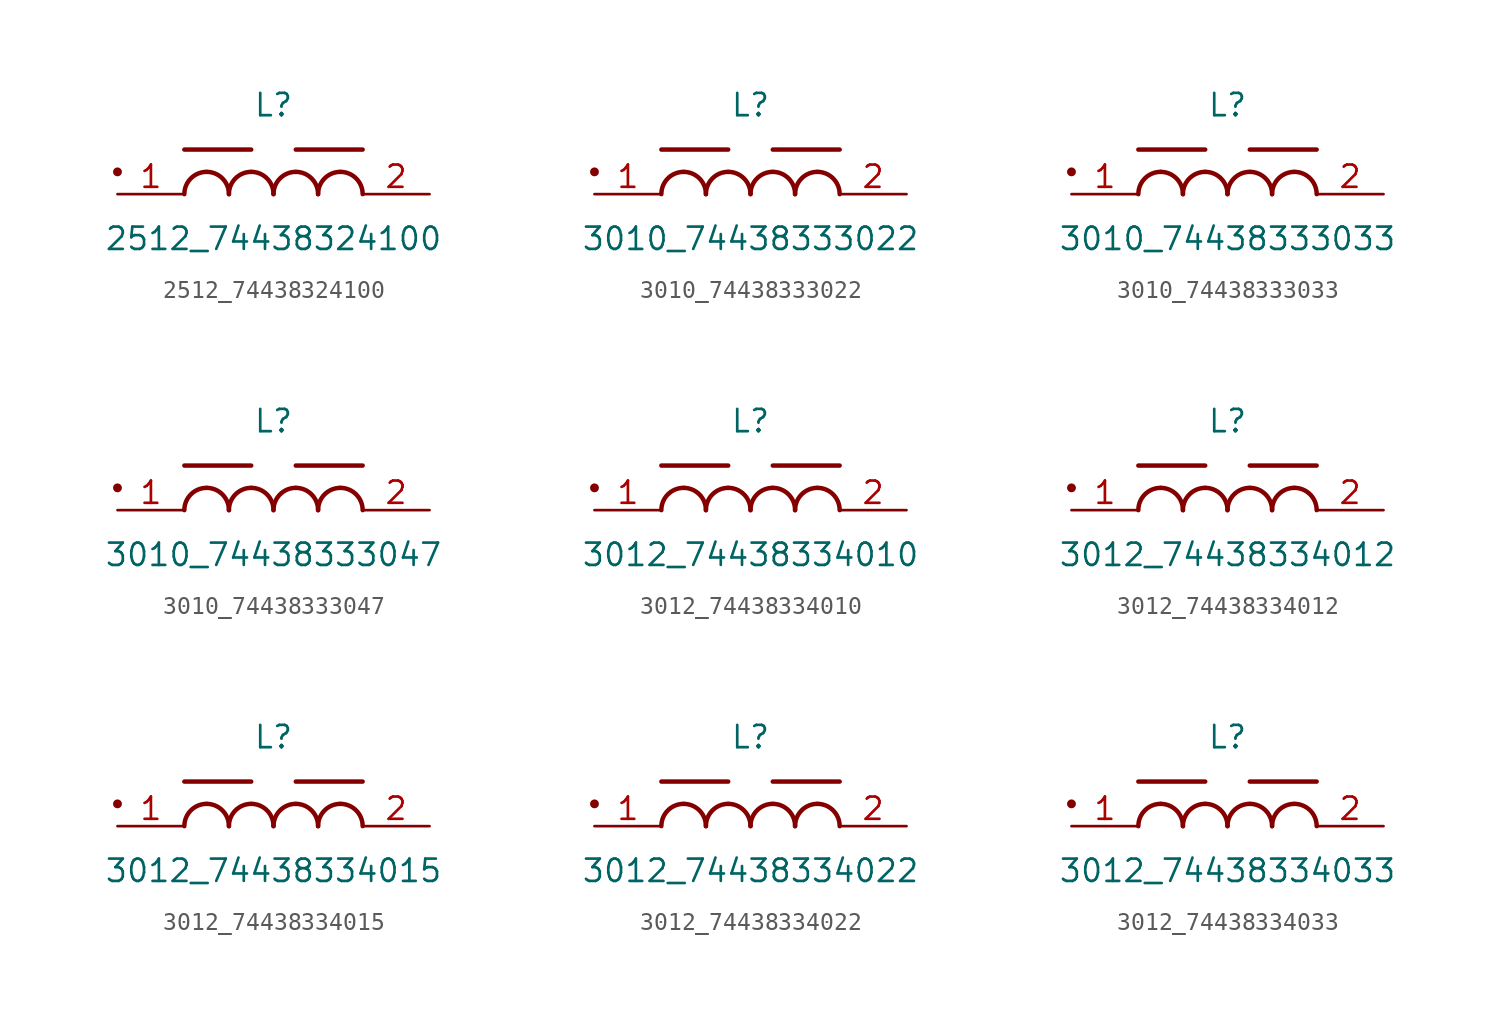
<source format=kicad_sym>
(kicad_symbol_lib
  (version 20211014)
  (generator kicad_symbol_editor)
  (symbol "Inductor_Wurth_WE-MAPI:2512_74438324100"
    (pin_names hide)
    (property "Reference" "L"
      (at 0 5.08 0)
      (effects (font (size 1.27 1.27))))
    (property "Value" "2512_74438324100"
      (at 0 -2.54 0)
      (effects (font (size 1.27 1.27))))
    (symbol "2512_74438324100_0_1"
      (circle (center -8.89 1.27) (radius 0.0001) (stroke (width 0.254)) (stroke (width 0.254) (type default) (color 0 0 0 0)) (fill (type none)))
      (arc (start -3.81 1.27) (mid -4.708 0.898) (end -5.08 0) (stroke (width 0.254) (type default) (color 0 0 0 0)) (fill (type none)))
      (arc (start -2.54 0) (mid -2.912 0.898) (end -3.81 1.27) (stroke (width 0.254) (type default) (color 0 0 0 0)) (fill (type none)))
      (arc (start -1.2699 1.2701) (mid -2.1679 0.8981) (end -2.5399 0.0001) (stroke (width 0.254) (type default) (color 0 0 0 0)) (fill (type none)))
      (polyline (pts (xy -5.08 2.54) (xy -1.27 2.54)) (stroke (width 0.254) (type default) (color 0 0 0 0)) (fill (type none)))
      (polyline (pts (xy 5.08 2.54) (xy 1.27 2.54)) (stroke (width 0.254) (type default) (color 0 0 0 0)) (fill (type none)))
      (arc (start 0.0001 0.0001) (mid -0.3719 0.8981) (end -1.2699 1.2701) (stroke (width 0.254) (type default) (color 0 0 0 0)) (fill (type none)))
      (arc (start 1.2701 1.2701) (mid 0.3721 0.8981) (end 0.0001 0.0001) (stroke (width 0.254) (type default) (color 0 0 0 0)) (fill (type none)))
      (arc (start 2.5401 0.0001) (mid 2.1681 0.8981) (end 1.2701 1.2701) (stroke (width 0.254) (type default) (color 0 0 0 0)) (fill (type none)))
      (arc (start 3.8101 1.2701) (mid 2.9121 0.8981) (end 2.5401 0.0001) (stroke (width 0.254) (type default) (color 0 0 0 0)) (fill (type none)))
      (arc (start 5.0801 0.0001) (mid 4.7081 0.8981) (end 3.8101 1.2701) (stroke (width 0.254) (type default) (color 0 0 0 0)) (fill (type none))))
    (symbol "2512_74438324100_1_1"
      (pin passive line (at -8.89 0 0) (length 3.81) (name "1" (effects (font (size 1.27 1.27)))) (number "1" (effects (font (size 1.27 1.27)))))
      (pin passive line (at 8.89 0 180) (length 3.81) (name "2" (effects (font (size 1.27 1.27)))) (number "2" (effects (font (size 1.27 1.27)))))))
  (symbol "Inductor_Wurth_WE-MAPI:3010_74438333022"
    (pin_names hide)
    (property "Reference" "L"
      (at 0 5.08 0)
      (effects (font (size 1.27 1.27))))
    (property "Value" "3010_74438333022"
      (at 0 -2.54 0)
      (effects (font (size 1.27 1.27))))
    (symbol "3010_74438333022_0_1"
      (circle (center -8.89 1.27) (radius 0.0001) (stroke (width 0.254)) (stroke (width 0.254) (type default) (color 0 0 0 0)) (fill (type none)))
      (arc (start -3.81 1.27) (mid -4.708 0.898) (end -5.08 0) (stroke (width 0.254) (type default) (color 0 0 0 0)) (fill (type none)))
      (arc (start -2.54 0) (mid -2.912 0.898) (end -3.81 1.27) (stroke (width 0.254) (type default) (color 0 0 0 0)) (fill (type none)))
      (arc (start -1.2699 1.2701) (mid -2.1679 0.8981) (end -2.5399 0.0001) (stroke (width 0.254) (type default) (color 0 0 0 0)) (fill (type none)))
      (polyline (pts (xy -5.08 2.54) (xy -1.27 2.54)) (stroke (width 0.254) (type default) (color 0 0 0 0)) (fill (type none)))
      (polyline (pts (xy 5.08 2.54) (xy 1.27 2.54)) (stroke (width 0.254) (type default) (color 0 0 0 0)) (fill (type none)))
      (arc (start 0.0001 0.0001) (mid -0.3719 0.8981) (end -1.2699 1.2701) (stroke (width 0.254) (type default) (color 0 0 0 0)) (fill (type none)))
      (arc (start 1.2701 1.2701) (mid 0.3721 0.8981) (end 0.0001 0.0001) (stroke (width 0.254) (type default) (color 0 0 0 0)) (fill (type none)))
      (arc (start 2.5401 0.0001) (mid 2.1681 0.8981) (end 1.2701 1.2701) (stroke (width 0.254) (type default) (color 0 0 0 0)) (fill (type none)))
      (arc (start 3.8101 1.2701) (mid 2.9121 0.8981) (end 2.5401 0.0001) (stroke (width 0.254) (type default) (color 0 0 0 0)) (fill (type none)))
      (arc (start 5.0801 0.0001) (mid 4.7081 0.8981) (end 3.8101 1.2701) (stroke (width 0.254) (type default) (color 0 0 0 0)) (fill (type none))))
    (symbol "3010_74438333022_1_1"
      (pin passive line (at -8.89 0 0) (length 3.81) (name "1" (effects (font (size 1.27 1.27)))) (number "1" (effects (font (size 1.27 1.27)))))
      (pin passive line (at 8.89 0 180) (length 3.81) (name "2" (effects (font (size 1.27 1.27)))) (number "2" (effects (font (size 1.27 1.27)))))))
  (symbol "Inductor_Wurth_WE-MAPI:3010_74438333033"
    (pin_names hide)
    (property "Reference" "L"
      (at 0 5.08 0)
      (effects (font (size 1.27 1.27))))
    (property "Value" "3010_74438333033"
      (at 0 -2.54 0)
      (effects (font (size 1.27 1.27))))
    (symbol "3010_74438333033_0_1"
      (circle (center -8.89 1.27) (radius 0.0001) (stroke (width 0.254)) (stroke (width 0.254) (type default) (color 0 0 0 0)) (fill (type none)))
      (arc (start -3.81 1.27) (mid -4.708 0.898) (end -5.08 0) (stroke (width 0.254) (type default) (color 0 0 0 0)) (fill (type none)))
      (arc (start -2.54 0) (mid -2.912 0.898) (end -3.81 1.27) (stroke (width 0.254) (type default) (color 0 0 0 0)) (fill (type none)))
      (arc (start -1.2699 1.2701) (mid -2.1679 0.8981) (end -2.5399 0.0001) (stroke (width 0.254) (type default) (color 0 0 0 0)) (fill (type none)))
      (polyline (pts (xy -5.08 2.54) (xy -1.27 2.54)) (stroke (width 0.254) (type default) (color 0 0 0 0)) (fill (type none)))
      (polyline (pts (xy 5.08 2.54) (xy 1.27 2.54)) (stroke (width 0.254) (type default) (color 0 0 0 0)) (fill (type none)))
      (arc (start 0.0001 0.0001) (mid -0.3719 0.8981) (end -1.2699 1.2701) (stroke (width 0.254) (type default) (color 0 0 0 0)) (fill (type none)))
      (arc (start 1.2701 1.2701) (mid 0.3721 0.8981) (end 0.0001 0.0001) (stroke (width 0.254) (type default) (color 0 0 0 0)) (fill (type none)))
      (arc (start 2.5401 0.0001) (mid 2.1681 0.8981) (end 1.2701 1.2701) (stroke (width 0.254) (type default) (color 0 0 0 0)) (fill (type none)))
      (arc (start 3.8101 1.2701) (mid 2.9121 0.8981) (end 2.5401 0.0001) (stroke (width 0.254) (type default) (color 0 0 0 0)) (fill (type none)))
      (arc (start 5.0801 0.0001) (mid 4.7081 0.8981) (end 3.8101 1.2701) (stroke (width 0.254) (type default) (color 0 0 0 0)) (fill (type none))))
    (symbol "3010_74438333033_1_1"
      (pin passive line (at -8.89 0 0) (length 3.81) (name "1" (effects (font (size 1.27 1.27)))) (number "1" (effects (font (size 1.27 1.27)))))
      (pin passive line (at 8.89 0 180) (length 3.81) (name "2" (effects (font (size 1.27 1.27)))) (number "2" (effects (font (size 1.27 1.27)))))))
  (symbol "Inductor_Wurth_WE-MAPI:3010_74438333047"
    (pin_names hide)
    (property "Reference" "L"
      (at 0 5.08 0)
      (effects (font (size 1.27 1.27))))
    (property "Value" "3010_74438333047"
      (at 0 -2.54 0)
      (effects (font (size 1.27 1.27))))
    (symbol "3010_74438333047_0_1"
      (circle (center -8.89 1.27) (radius 0.0001) (stroke (width 0.254)) (stroke (width 0.254) (type default) (color 0 0 0 0)) (fill (type none)))
      (arc (start -3.81 1.27) (mid -4.708 0.898) (end -5.08 0) (stroke (width 0.254) (type default) (color 0 0 0 0)) (fill (type none)))
      (arc (start -2.54 0) (mid -2.912 0.898) (end -3.81 1.27) (stroke (width 0.254) (type default) (color 0 0 0 0)) (fill (type none)))
      (arc (start -1.2699 1.2701) (mid -2.1679 0.8981) (end -2.5399 0.0001) (stroke (width 0.254) (type default) (color 0 0 0 0)) (fill (type none)))
      (polyline (pts (xy -5.08 2.54) (xy -1.27 2.54)) (stroke (width 0.254) (type default) (color 0 0 0 0)) (fill (type none)))
      (polyline (pts (xy 5.08 2.54) (xy 1.27 2.54)) (stroke (width 0.254) (type default) (color 0 0 0 0)) (fill (type none)))
      (arc (start 0.0001 0.0001) (mid -0.3719 0.8981) (end -1.2699 1.2701) (stroke (width 0.254) (type default) (color 0 0 0 0)) (fill (type none)))
      (arc (start 1.2701 1.2701) (mid 0.3721 0.8981) (end 0.0001 0.0001) (stroke (width 0.254) (type default) (color 0 0 0 0)) (fill (type none)))
      (arc (start 2.5401 0.0001) (mid 2.1681 0.8981) (end 1.2701 1.2701) (stroke (width 0.254) (type default) (color 0 0 0 0)) (fill (type none)))
      (arc (start 3.8101 1.2701) (mid 2.9121 0.8981) (end 2.5401 0.0001) (stroke (width 0.254) (type default) (color 0 0 0 0)) (fill (type none)))
      (arc (start 5.0801 0.0001) (mid 4.7081 0.8981) (end 3.8101 1.2701) (stroke (width 0.254) (type default) (color 0 0 0 0)) (fill (type none))))
    (symbol "3010_74438333047_1_1"
      (pin passive line (at -8.89 0 0) (length 3.81) (name "1" (effects (font (size 1.27 1.27)))) (number "1" (effects (font (size 1.27 1.27)))))
      (pin passive line (at 8.89 0 180) (length 3.81) (name "2" (effects (font (size 1.27 1.27)))) (number "2" (effects (font (size 1.27 1.27)))))))
  (symbol "Inductor_Wurth_WE-MAPI:3012_74438334010"
    (pin_names hide)
    (property "Reference" "L"
      (at 0 5.08 0)
      (effects (font (size 1.27 1.27))))
    (property "Value" "3012_74438334010"
      (at 0 -2.54 0)
      (effects (font (size 1.27 1.27))))
    (symbol "3012_74438334010_0_1"
      (circle (center -8.89 1.27) (radius 0.0001) (stroke (width 0.254)) (stroke (width 0.254) (type default) (color 0 0 0 0)) (fill (type none)))
      (arc (start -3.81 1.27) (mid -4.708 0.898) (end -5.08 0) (stroke (width 0.254) (type default) (color 0 0 0 0)) (fill (type none)))
      (arc (start -2.54 0) (mid -2.912 0.898) (end -3.81 1.27) (stroke (width 0.254) (type default) (color 0 0 0 0)) (fill (type none)))
      (arc (start -1.2699 1.2701) (mid -2.1679 0.8981) (end -2.5399 0.0001) (stroke (width 0.254) (type default) (color 0 0 0 0)) (fill (type none)))
      (polyline (pts (xy -5.08 2.54) (xy -1.27 2.54)) (stroke (width 0.254) (type default) (color 0 0 0 0)) (fill (type none)))
      (polyline (pts (xy 5.08 2.54) (xy 1.27 2.54)) (stroke (width 0.254) (type default) (color 0 0 0 0)) (fill (type none)))
      (arc (start 0.0001 0.0001) (mid -0.3719 0.8981) (end -1.2699 1.2701) (stroke (width 0.254) (type default) (color 0 0 0 0)) (fill (type none)))
      (arc (start 1.2701 1.2701) (mid 0.3721 0.8981) (end 0.0001 0.0001) (stroke (width 0.254) (type default) (color 0 0 0 0)) (fill (type none)))
      (arc (start 2.5401 0.0001) (mid 2.1681 0.8981) (end 1.2701 1.2701) (stroke (width 0.254) (type default) (color 0 0 0 0)) (fill (type none)))
      (arc (start 3.8101 1.2701) (mid 2.9121 0.8981) (end 2.5401 0.0001) (stroke (width 0.254) (type default) (color 0 0 0 0)) (fill (type none)))
      (arc (start 5.0801 0.0001) (mid 4.7081 0.8981) (end 3.8101 1.2701) (stroke (width 0.254) (type default) (color 0 0 0 0)) (fill (type none))))
    (symbol "3012_74438334010_1_1"
      (pin passive line (at -8.89 0 0) (length 3.81) (name "1" (effects (font (size 1.27 1.27)))) (number "1" (effects (font (size 1.27 1.27)))))
      (pin passive line (at 8.89 0 180) (length 3.81) (name "2" (effects (font (size 1.27 1.27)))) (number "2" (effects (font (size 1.27 1.27)))))))
  (symbol "Inductor_Wurth_WE-MAPI:3012_74438334012"
    (pin_names hide)
    (property "Reference" "L"
      (at 0 5.08 0)
      (effects (font (size 1.27 1.27))))
    (property "Value" "3012_74438334012"
      (at 0 -2.54 0)
      (effects (font (size 1.27 1.27))))
    (symbol "3012_74438334012_0_1"
      (circle (center -8.89 1.27) (radius 0.0001) (stroke (width 0.254)) (stroke (width 0.254) (type default) (color 0 0 0 0)) (fill (type none)))
      (arc (start -3.81 1.27) (mid -4.708 0.898) (end -5.08 0) (stroke (width 0.254) (type default) (color 0 0 0 0)) (fill (type none)))
      (arc (start -2.54 0) (mid -2.912 0.898) (end -3.81 1.27) (stroke (width 0.254) (type default) (color 0 0 0 0)) (fill (type none)))
      (arc (start -1.2699 1.2701) (mid -2.1679 0.8981) (end -2.5399 0.0001) (stroke (width 0.254) (type default) (color 0 0 0 0)) (fill (type none)))
      (polyline (pts (xy -5.08 2.54) (xy -1.27 2.54)) (stroke (width 0.254) (type default) (color 0 0 0 0)) (fill (type none)))
      (polyline (pts (xy 5.08 2.54) (xy 1.27 2.54)) (stroke (width 0.254) (type default) (color 0 0 0 0)) (fill (type none)))
      (arc (start 0.0001 0.0001) (mid -0.3719 0.8981) (end -1.2699 1.2701) (stroke (width 0.254) (type default) (color 0 0 0 0)) (fill (type none)))
      (arc (start 1.2701 1.2701) (mid 0.3721 0.8981) (end 0.0001 0.0001) (stroke (width 0.254) (type default) (color 0 0 0 0)) (fill (type none)))
      (arc (start 2.5401 0.0001) (mid 2.1681 0.8981) (end 1.2701 1.2701) (stroke (width 0.254) (type default) (color 0 0 0 0)) (fill (type none)))
      (arc (start 3.8101 1.2701) (mid 2.9121 0.8981) (end 2.5401 0.0001) (stroke (width 0.254) (type default) (color 0 0 0 0)) (fill (type none)))
      (arc (start 5.0801 0.0001) (mid 4.7081 0.8981) (end 3.8101 1.2701) (stroke (width 0.254) (type default) (color 0 0 0 0)) (fill (type none))))
    (symbol "3012_74438334012_1_1"
      (pin passive line (at -8.89 0 0) (length 3.81) (name "1" (effects (font (size 1.27 1.27)))) (number "1" (effects (font (size 1.27 1.27)))))
      (pin passive line (at 8.89 0 180) (length 3.81) (name "2" (effects (font (size 1.27 1.27)))) (number "2" (effects (font (size 1.27 1.27)))))))
  (symbol "Inductor_Wurth_WE-MAPI:3012_74438334015"
    (pin_names hide)
    (property "Reference" "L"
      (at 0 5.08 0)
      (effects (font (size 1.27 1.27))))
    (property "Value" "3012_74438334015"
      (at 0 -2.54 0)
      (effects (font (size 1.27 1.27))))
    (symbol "3012_74438334015_0_1"
      (circle (center -8.89 1.27) (radius 0.0001) (stroke (width 0.254)) (stroke (width 0.254) (type default) (color 0 0 0 0)) (fill (type none)))
      (arc (start -3.81 1.27) (mid -4.708 0.898) (end -5.08 0) (stroke (width 0.254) (type default) (color 0 0 0 0)) (fill (type none)))
      (arc (start -2.54 0) (mid -2.912 0.898) (end -3.81 1.27) (stroke (width 0.254) (type default) (color 0 0 0 0)) (fill (type none)))
      (arc (start -1.2699 1.2701) (mid -2.1679 0.8981) (end -2.5399 0.0001) (stroke (width 0.254) (type default) (color 0 0 0 0)) (fill (type none)))
      (polyline (pts (xy -5.08 2.54) (xy -1.27 2.54)) (stroke (width 0.254) (type default) (color 0 0 0 0)) (fill (type none)))
      (polyline (pts (xy 5.08 2.54) (xy 1.27 2.54)) (stroke (width 0.254) (type default) (color 0 0 0 0)) (fill (type none)))
      (arc (start 0.0001 0.0001) (mid -0.3719 0.8981) (end -1.2699 1.2701) (stroke (width 0.254) (type default) (color 0 0 0 0)) (fill (type none)))
      (arc (start 1.2701 1.2701) (mid 0.3721 0.8981) (end 0.0001 0.0001) (stroke (width 0.254) (type default) (color 0 0 0 0)) (fill (type none)))
      (arc (start 2.5401 0.0001) (mid 2.1681 0.8981) (end 1.2701 1.2701) (stroke (width 0.254) (type default) (color 0 0 0 0)) (fill (type none)))
      (arc (start 3.8101 1.2701) (mid 2.9121 0.8981) (end 2.5401 0.0001) (stroke (width 0.254) (type default) (color 0 0 0 0)) (fill (type none)))
      (arc (start 5.0801 0.0001) (mid 4.7081 0.8981) (end 3.8101 1.2701) (stroke (width 0.254) (type default) (color 0 0 0 0)) (fill (type none))))
    (symbol "3012_74438334015_1_1"
      (pin passive line (at -8.89 0 0) (length 3.81) (name "1" (effects (font (size 1.27 1.27)))) (number "1" (effects (font (size 1.27 1.27)))))
      (pin passive line (at 8.89 0 180) (length 3.81) (name "2" (effects (font (size 1.27 1.27)))) (number "2" (effects (font (size 1.27 1.27)))))))
  (symbol "Inductor_Wurth_WE-MAPI:3012_74438334022"
    (pin_names hide)
    (property "Reference" "L"
      (at 0 5.08 0)
      (effects (font (size 1.27 1.27))))
    (property "Value" "3012_74438334022"
      (at 0 -2.54 0)
      (effects (font (size 1.27 1.27))))
    (symbol "3012_74438334022_0_1"
      (circle (center -8.89 1.27) (radius 0.0001) (stroke (width 0.254)) (stroke (width 0.254) (type default) (color 0 0 0 0)) (fill (type none)))
      (arc (start -3.81 1.27) (mid -4.708 0.898) (end -5.08 0) (stroke (width 0.254) (type default) (color 0 0 0 0)) (fill (type none)))
      (arc (start -2.54 0) (mid -2.912 0.898) (end -3.81 1.27) (stroke (width 0.254) (type default) (color 0 0 0 0)) (fill (type none)))
      (arc (start -1.2699 1.2701) (mid -2.1679 0.8981) (end -2.5399 0.0001) (stroke (width 0.254) (type default) (color 0 0 0 0)) (fill (type none)))
      (polyline (pts (xy -5.08 2.54) (xy -1.27 2.54)) (stroke (width 0.254) (type default) (color 0 0 0 0)) (fill (type none)))
      (polyline (pts (xy 5.08 2.54) (xy 1.27 2.54)) (stroke (width 0.254) (type default) (color 0 0 0 0)) (fill (type none)))
      (arc (start 0.0001 0.0001) (mid -0.3719 0.8981) (end -1.2699 1.2701) (stroke (width 0.254) (type default) (color 0 0 0 0)) (fill (type none)))
      (arc (start 1.2701 1.2701) (mid 0.3721 0.8981) (end 0.0001 0.0001) (stroke (width 0.254) (type default) (color 0 0 0 0)) (fill (type none)))
      (arc (start 2.5401 0.0001) (mid 2.1681 0.8981) (end 1.2701 1.2701) (stroke (width 0.254) (type default) (color 0 0 0 0)) (fill (type none)))
      (arc (start 3.8101 1.2701) (mid 2.9121 0.8981) (end 2.5401 0.0001) (stroke (width 0.254) (type default) (color 0 0 0 0)) (fill (type none)))
      (arc (start 5.0801 0.0001) (mid 4.7081 0.8981) (end 3.8101 1.2701) (stroke (width 0.254) (type default) (color 0 0 0 0)) (fill (type none))))
    (symbol "3012_74438334022_1_1"
      (pin passive line (at -8.89 0 0) (length 3.81) (name "1" (effects (font (size 1.27 1.27)))) (number "1" (effects (font (size 1.27 1.27)))))
      (pin passive line (at 8.89 0 180) (length 3.81) (name "2" (effects (font (size 1.27 1.27)))) (number "2" (effects (font (size 1.27 1.27)))))))
  (symbol "Inductor_Wurth_WE-MAPI:3012_74438334033"
    (pin_names hide)
    (property "Reference" "L"
      (at 0 5.08 0)
      (effects (font (size 1.27 1.27))))
    (property "Value" "3012_74438334033"
      (at 0 -2.54 0)
      (effects (font (size 1.27 1.27))))
    (symbol "3012_74438334033_0_1"
      (circle (center -8.89 1.27) (radius 0.0001) (stroke (width 0.254)) (stroke (width 0.254) (type default) (color 0 0 0 0)) (fill (type none)))
      (arc (start -3.81 1.27) (mid -4.708 0.898) (end -5.08 0) (stroke (width 0.254) (type default) (color 0 0 0 0)) (fill (type none)))
      (arc (start -2.54 0) (mid -2.912 0.898) (end -3.81 1.27) (stroke (width 0.254) (type default) (color 0 0 0 0)) (fill (type none)))
      (arc (start -1.2699 1.2701) (mid -2.1679 0.8981) (end -2.5399 0.0001) (stroke (width 0.254) (type default) (color 0 0 0 0)) (fill (type none)))
      (polyline (pts (xy -5.08 2.54) (xy -1.27 2.54)) (stroke (width 0.254) (type default) (color 0 0 0 0)) (fill (type none)))
      (polyline (pts (xy 5.08 2.54) (xy 1.27 2.54)) (stroke (width 0.254) (type default) (color 0 0 0 0)) (fill (type none)))
      (arc (start 0.0001 0.0001) (mid -0.3719 0.8981) (end -1.2699 1.2701) (stroke (width 0.254) (type default) (color 0 0 0 0)) (fill (type none)))
      (arc (start 1.2701 1.2701) (mid 0.3721 0.8981) (end 0.0001 0.0001) (stroke (width 0.254) (type default) (color 0 0 0 0)) (fill (type none)))
      (arc (start 2.5401 0.0001) (mid 2.1681 0.8981) (end 1.2701 1.2701) (stroke (width 0.254) (type default) (color 0 0 0 0)) (fill (type none)))
      (arc (start 3.8101 1.2701) (mid 2.9121 0.8981) (end 2.5401 0.0001) (stroke (width 0.254) (type default) (color 0 0 0 0)) (fill (type none)))
      (arc (start 5.0801 0.0001) (mid 4.7081 0.8981) (end 3.8101 1.2701) (stroke (width 0.254) (type default) (color 0 0 0 0)) (fill (type none))))
    (symbol "3012_74438334033_1_1"
      (pin passive line (at -8.89 0 0) (length 3.81) (name "1" (effects (font (size 1.27 1.27)))) (number "1" (effects (font (size 1.27 1.27)))))
      (pin passive line (at 8.89 0 180) (length 3.81) (name "2" (effects (font (size 1.27 1.27)))) (number "2" (effects (font (size 1.27 1.27))))))))
</source>
